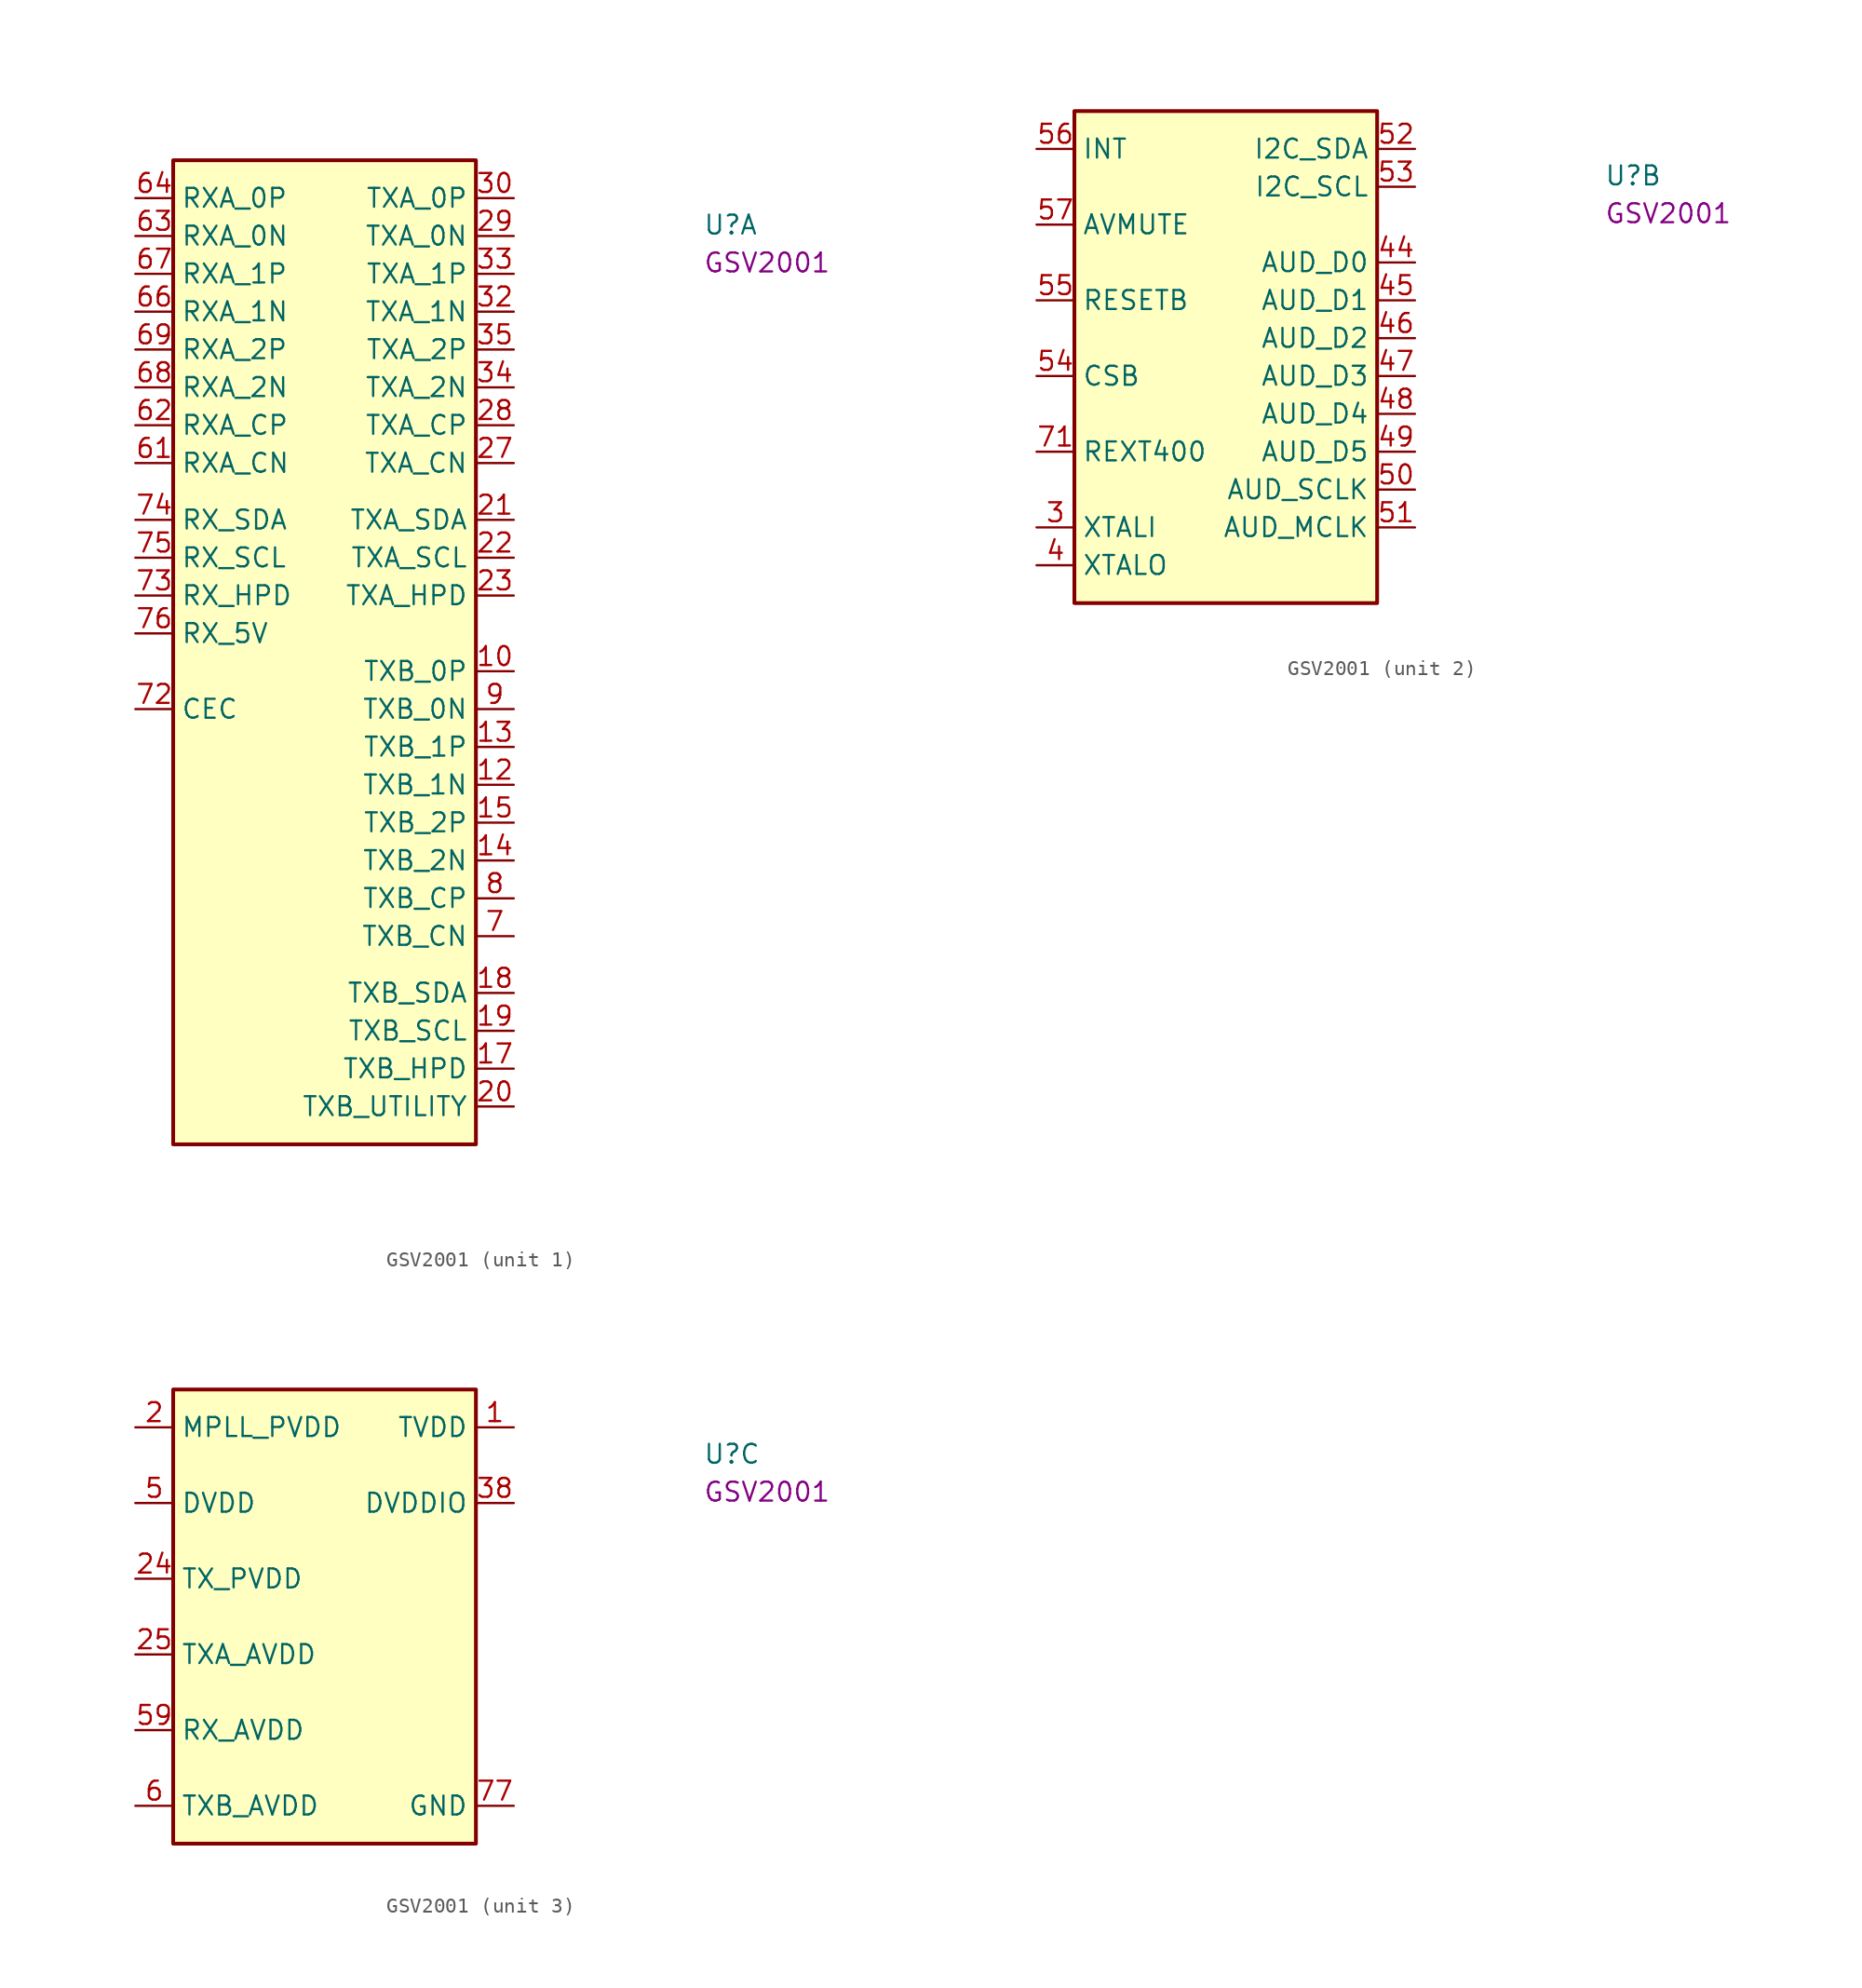
<source format=kicad_sym>
(kicad_symbol_lib
  (version 20220914)
  (generator kicad_symbol_editor)
  (symbol "GSV2001"
    (property "Reference" "U"
      (at 38.1 -2.54 0)
      (effects (font (size 1.27 1.27) (thickness 0.15)) (justify left bottom)))
    (property "MPN" "GSV2001"
      (at 38.1 -5.08 0)
      (effects (font (size 1.27 1.27) (thickness 0.15)) (justify left bottom)))
    (property "ki_locked" ""
      (at 0 0 0)
      (effects (font (size 1.27 1.27))))
    (symbol "GSV2001_1_1"
      (rectangle (start 2.54 2.54) (end 22.86 -63.5) (stroke (width 0.254) (type default)) (fill (type background)))
      (pin output line (at 25.4 -31.75 180) (length 2.54) (name "TXB_0P" (effects (font (size 1.27 1.27)))) (number "10" (effects (font (size 1.27 1.27)))))
      (pin output line (at 25.4 -39.37 180) (length 2.54) (name "TXB_1N" (effects (font (size 1.27 1.27)))) (number "12" (effects (font (size 1.27 1.27)))))
      (pin output line (at 25.4 -36.83 180) (length 2.54) (name "TXB_1P" (effects (font (size 1.27 1.27)))) (number "13" (effects (font (size 1.27 1.27)))))
      (pin output line (at 25.4 -44.45 180) (length 2.54) (name "TXB_2N" (effects (font (size 1.27 1.27)))) (number "14" (effects (font (size 1.27 1.27)))))
      (pin output line (at 25.4 -41.91 180) (length 2.54) (name "TXB_2P" (effects (font (size 1.27 1.27)))) (number "15" (effects (font (size 1.27 1.27)))))
      (pin input line (at 25.4 -58.42 180) (length 2.54) (name "TXB_HPD" (effects (font (size 1.27 1.27)))) (number "17" (effects (font (size 1.27 1.27)))))
      (pin bidirectional line (at 25.4 -53.34 180) (length 2.54) (name "TXB_SDA" (effects (font (size 1.27 1.27)))) (number "18" (effects (font (size 1.27 1.27)))))
      (pin bidirectional line (at 25.4 -55.88 180) (length 2.54) (name "TXB_SCL" (effects (font (size 1.27 1.27)))) (number "19" (effects (font (size 1.27 1.27)))))
      (pin input line (at 25.4 -60.96 180) (length 2.54) (name "TXB_UTILITY" (effects (font (size 1.27 1.27)))) (number "20" (effects (font (size 1.27 1.27)))))
      (pin bidirectional line (at 25.4 -21.59 180) (length 2.54) (name "TXA_SDA" (effects (font (size 1.27 1.27)))) (number "21" (effects (font (size 1.27 1.27)))))
      (pin bidirectional line (at 25.4 -24.13 180) (length 2.54) (name "TXA_SCL" (effects (font (size 1.27 1.27)))) (number "22" (effects (font (size 1.27 1.27)))))
      (pin input line (at 25.4 -26.67 180) (length 2.54) (name "TXA_HPD" (effects (font (size 1.27 1.27)))) (number "23" (effects (font (size 1.27 1.27)))))
      (pin output line (at 25.4 -17.78 180) (length 2.54) (name "TXA_CN" (effects (font (size 1.27 1.27)))) (number "27" (effects (font (size 1.27 1.27)))))
      (pin output line (at 25.4 -15.24 180) (length 2.54) (name "TXA_CP" (effects (font (size 1.27 1.27)))) (number "28" (effects (font (size 1.27 1.27)))))
      (pin output line (at 25.4 -2.54 180) (length 2.54) (name "TXA_0N" (effects (font (size 1.27 1.27)))) (number "29" (effects (font (size 1.27 1.27)))))
      (pin output line (at 25.4 0 180) (length 2.54) (name "TXA_0P" (effects (font (size 1.27 1.27)))) (number "30" (effects (font (size 1.27 1.27)))))
      (pin output line (at 25.4 -7.62 180) (length 2.54) (name "TXA_1N" (effects (font (size 1.27 1.27)))) (number "32" (effects (font (size 1.27 1.27)))))
      (pin output line (at 25.4 -5.08 180) (length 2.54) (name "TXA_1P" (effects (font (size 1.27 1.27)))) (number "33" (effects (font (size 1.27 1.27)))))
      (pin output line (at 25.4 -12.7 180) (length 2.54) (name "TXA_2N" (effects (font (size 1.27 1.27)))) (number "34" (effects (font (size 1.27 1.27)))))
      (pin output line (at 25.4 -10.16 180) (length 2.54) (name "TXA_2P" (effects (font (size 1.27 1.27)))) (number "35" (effects (font (size 1.27 1.27)))))
      (pin input line (at 0 -17.78 0) (length 2.54) (name "RXA_CN" (effects (font (size 1.27 1.27)))) (number "61" (effects (font (size 1.27 1.27)))))
      (pin input line (at 0 -15.24 0) (length 2.54) (name "RXA_CP" (effects (font (size 1.27 1.27)))) (number "62" (effects (font (size 1.27 1.27)))))
      (pin input line (at 0 -2.54 0) (length 2.54) (name "RXA_0N" (effects (font (size 1.27 1.27)))) (number "63" (effects (font (size 1.27 1.27)))))
      (pin input line (at 0 0 0) (length 2.54) (name "RXA_0P" (effects (font (size 1.27 1.27)))) (number "64" (effects (font (size 1.27 1.27)))))
      (pin input line (at 0 -7.62 0) (length 2.54) (name "RXA_1N" (effects (font (size 1.27 1.27)))) (number "66" (effects (font (size 1.27 1.27)))))
      (pin input line (at 0 -5.08 0) (length 2.54) (name "RXA_1P" (effects (font (size 1.27 1.27)))) (number "67" (effects (font (size 1.27 1.27)))))
      (pin input line (at 0 -12.7 0) (length 2.54) (name "RXA_2N" (effects (font (size 1.27 1.27)))) (number "68" (effects (font (size 1.27 1.27)))))
      (pin input line (at 0 -10.16 0) (length 2.54) (name "RXA_2P" (effects (font (size 1.27 1.27)))) (number "69" (effects (font (size 1.27 1.27)))))
      (pin output line (at 25.4 -49.53 180) (length 2.54) (name "TXB_CN" (effects (font (size 1.27 1.27)))) (number "7" (effects (font (size 1.27 1.27)))))
      (pin bidirectional line (at 0 -34.29 0) (length 2.54) (name "CEC" (effects (font (size 1.27 1.27)))) (number "72" (effects (font (size 1.27 1.27)))))
      (pin bidirectional line (at 0 -26.67 0) (length 2.54) (name "RX_HPD" (effects (font (size 1.27 1.27)))) (number "73" (effects (font (size 1.27 1.27)))))
      (pin bidirectional line (at 0 -21.59 0) (length 2.54) (name "RX_SDA" (effects (font (size 1.27 1.27)))) (number "74" (effects (font (size 1.27 1.27)))))
      (pin input line (at 0 -24.13 0) (length 2.54) (name "RX_SCL" (effects (font (size 1.27 1.27)))) (number "75" (effects (font (size 1.27 1.27)))))
      (pin power_in line (at 0 -29.21 0) (length 2.54) (name "RX_5V" (effects (font (size 1.27 1.27)))) (number "76" (effects (font (size 1.27 1.27)))))
      (pin output line (at 25.4 -46.99 180) (length 2.54) (name "TXB_CP" (effects (font (size 1.27 1.27)))) (number "8" (effects (font (size 1.27 1.27)))))
      (pin output line (at 25.4 -34.29 180) (length 2.54) (name "TXB_0N" (effects (font (size 1.27 1.27)))) (number "9" (effects (font (size 1.27 1.27))))))
    (symbol "GSV2001_2_1"
      (rectangle (start 2.54 -30.48) (end 22.86 2.54) (stroke (width 0.254) (type default)) (fill (type background)))
      (pin input line (at 0 -25.4 0) (length 2.54) (name "XTALI" (effects (font (size 1.27 1.27)))) (number "3" (effects (font (size 1.27 1.27)))))
      (pin output line (at 0 -27.94 0) (length 2.54) (name "XTALO" (effects (font (size 1.27 1.27)))) (number "4" (effects (font (size 1.27 1.27)))))
      (pin bidirectional line (at 25.4 -7.62 180) (length 2.54) (name "AUD_D0" (effects (font (size 1.27 1.27)))) (number "44" (effects (font (size 1.27 1.27)))))
      (pin bidirectional line (at 25.4 -10.16 180) (length 2.54) (name "AUD_D1" (effects (font (size 1.27 1.27)))) (number "45" (effects (font (size 1.27 1.27)))))
      (pin bidirectional line (at 25.4 -12.7 180) (length 2.54) (name "AUD_D2" (effects (font (size 1.27 1.27)))) (number "46" (effects (font (size 1.27 1.27)))))
      (pin bidirectional line (at 25.4 -15.24 180) (length 2.54) (name "AUD_D3" (effects (font (size 1.27 1.27)))) (number "47" (effects (font (size 1.27 1.27)))))
      (pin bidirectional line (at 25.4 -17.78 180) (length 2.54) (name "AUD_D4" (effects (font (size 1.27 1.27)))) (number "48" (effects (font (size 1.27 1.27)))))
      (pin bidirectional line (at 25.4 -20.32 180) (length 2.54) (name "AUD_D5" (effects (font (size 1.27 1.27)))) (number "49" (effects (font (size 1.27 1.27)))))
      (pin bidirectional line (at 25.4 -22.86 180) (length 2.54) (name "AUD_SCLK" (effects (font (size 1.27 1.27)))) (number "50" (effects (font (size 1.27 1.27)))))
      (pin bidirectional line (at 25.4 -25.4 180) (length 2.54) (name "AUD_MCLK" (effects (font (size 1.27 1.27)))) (number "51" (effects (font (size 1.27 1.27)))))
      (pin bidirectional line (at 25.4 0 180) (length 2.54) (name "I2C_SDA" (effects (font (size 1.27 1.27)))) (number "52" (effects (font (size 1.27 1.27)))))
      (pin bidirectional line (at 25.4 -2.54 180) (length 2.54) (name "I2C_SCL" (effects (font (size 1.27 1.27)))) (number "53" (effects (font (size 1.27 1.27)))))
      (pin bidirectional line (at 0 -15.24 0) (length 2.54) (name "CSB" (effects (font (size 1.27 1.27)))) (number "54" (effects (font (size 1.27 1.27)))))
      (pin input line (at 0 -10.16 0) (length 2.54) (name "RESETB" (effects (font (size 1.27 1.27)))) (number "55" (effects (font (size 1.27 1.27)))))
      (pin output line (at 0 0 0) (length 2.54) (name "INT" (effects (font (size 1.27 1.27)))) (number "56" (effects (font (size 1.27 1.27)))))
      (pin output line (at 0 -5.08 0) (length 2.54) (name "AVMUTE" (effects (font (size 1.27 1.27)))) (number "57" (effects (font (size 1.27 1.27)))))
      (pin passive line (at 0 -20.32 0) (length 2.54) (name "REXT400" (effects (font (size 1.27 1.27)))) (number "71" (effects (font (size 1.27 1.27))))))
    (symbol "GSV2001_3_1"
      (rectangle (start 2.54 2.54) (end 22.86 -27.94) (stroke (width 0.254) (type default)) (fill (type background)))
      (pin power_in line (at 25.4 0 180) (length 2.54) (name "TVDD" (effects (font (size 1.27 1.27)))) (number "1" (effects (font (size 1.27 1.27)))))
      (pin passive line (at 0 -25.4 0) (length 2.54) hide (name "TXB_AVDD" (effects (font (size 1.27 1.27)))) (number "11" (effects (font (size 1.27 1.27)))))
      (pin passive line (at 0 -25.4 0) (length 2.54) hide (name "TXB_AVDD" (effects (font (size 1.27 1.27)))) (number "16" (effects (font (size 1.27 1.27)))))
      (pin power_in line (at 0 0 0) (length 2.54) (name "MPLL_PVDD" (effects (font (size 1.27 1.27)))) (number "2" (effects (font (size 1.27 1.27)))))
      (pin power_in line (at 0 -10.16 0) (length 2.54) (name "TX_PVDD" (effects (font (size 1.27 1.27)))) (number "24" (effects (font (size 1.27 1.27)))))
      (pin power_in line (at 0 -15.24 0) (length 2.54) (name "TXA_AVDD" (effects (font (size 1.27 1.27)))) (number "25" (effects (font (size 1.27 1.27)))))
      (pin passive line (at 25.4 0 180) (length 2.54) hide (name "TVDD" (effects (font (size 1.27 1.27)))) (number "26" (effects (font (size 1.27 1.27)))))
      (pin passive line (at 0 -15.24 0) (length 2.54) hide (name "TXA_AVDD" (effects (font (size 1.27 1.27)))) (number "31" (effects (font (size 1.27 1.27)))))
      (pin passive line (at 0 -15.24 0) (length 2.54) hide (name "TXA_AVDD" (effects (font (size 1.27 1.27)))) (number "36" (effects (font (size 1.27 1.27)))))
      (pin passive line (at 0 -5.08 0) (length 2.54) hide (name "DVDD" (effects (font (size 1.27 1.27)))) (number "37" (effects (font (size 1.27 1.27)))))
      (pin power_in line (at 25.4 -5.08 180) (length 2.54) (name "DVDDIO" (effects (font (size 1.27 1.27)))) (number "38" (effects (font (size 1.27 1.27)))))
      (pin passive line (at 0 -15.24 0) (length 2.54) hide (name "TXA_AVDD" (effects (font (size 1.27 1.27)))) (number "39" (effects (font (size 1.27 1.27)))))
      (pin passive line (at 0 -15.24 0) (length 2.54) hide (name "TXA_AVDD" (effects (font (size 1.27 1.27)))) (number "40" (effects (font (size 1.27 1.27)))))
      (pin passive line (at 25.4 -5.08 180) (length 2.54) hide (name "DVDDIO" (effects (font (size 1.27 1.27)))) (number "41" (effects (font (size 1.27 1.27)))))
      (pin passive line (at 0 -15.24 0) (length 2.54) hide (name "TXA_AVDD" (effects (font (size 1.27 1.27)))) (number "42" (effects (font (size 1.27 1.27)))))
      (pin passive line (at 0 -5.08 0) (length 2.54) hide (name "DVDD" (effects (font (size 1.27 1.27)))) (number "43" (effects (font (size 1.27 1.27)))))
      (pin power_in line (at 0 -5.08 0) (length 2.54) (name "DVDD" (effects (font (size 1.27 1.27)))) (number "5" (effects (font (size 1.27 1.27)))))
      (pin passive line (at 0 -5.08 0) (length 2.54) hide (name "DVDD" (effects (font (size 1.27 1.27)))) (number "58" (effects (font (size 1.27 1.27)))))
      (pin power_in line (at 0 -20.32 0) (length 2.54) (name "RX_AVDD" (effects (font (size 1.27 1.27)))) (number "59" (effects (font (size 1.27 1.27)))))
      (pin power_in line (at 0 -25.4 0) (length 2.54) (name "TXB_AVDD" (effects (font (size 1.27 1.27)))) (number "6" (effects (font (size 1.27 1.27)))))
      (pin passive line (at 25.4 0 180) (length 2.54) hide (name "TVDD" (effects (font (size 1.27 1.27)))) (number "60" (effects (font (size 1.27 1.27)))))
      (pin passive line (at 0 -20.32 0) (length 2.54) hide (name "RX_AVDD" (effects (font (size 1.27 1.27)))) (number "65" (effects (font (size 1.27 1.27)))))
      (pin passive line (at 0 -20.32 0) (length 2.54) hide (name "RX_AVDD" (effects (font (size 1.27 1.27)))) (number "70" (effects (font (size 1.27 1.27)))))
      (pin power_in line (at 25.4 -25.4 180) (length 2.54) (name "GND" (effects (font (size 1.27 1.27)))) (number "77" (effects (font (size 1.27 1.27))))))))
</source>
